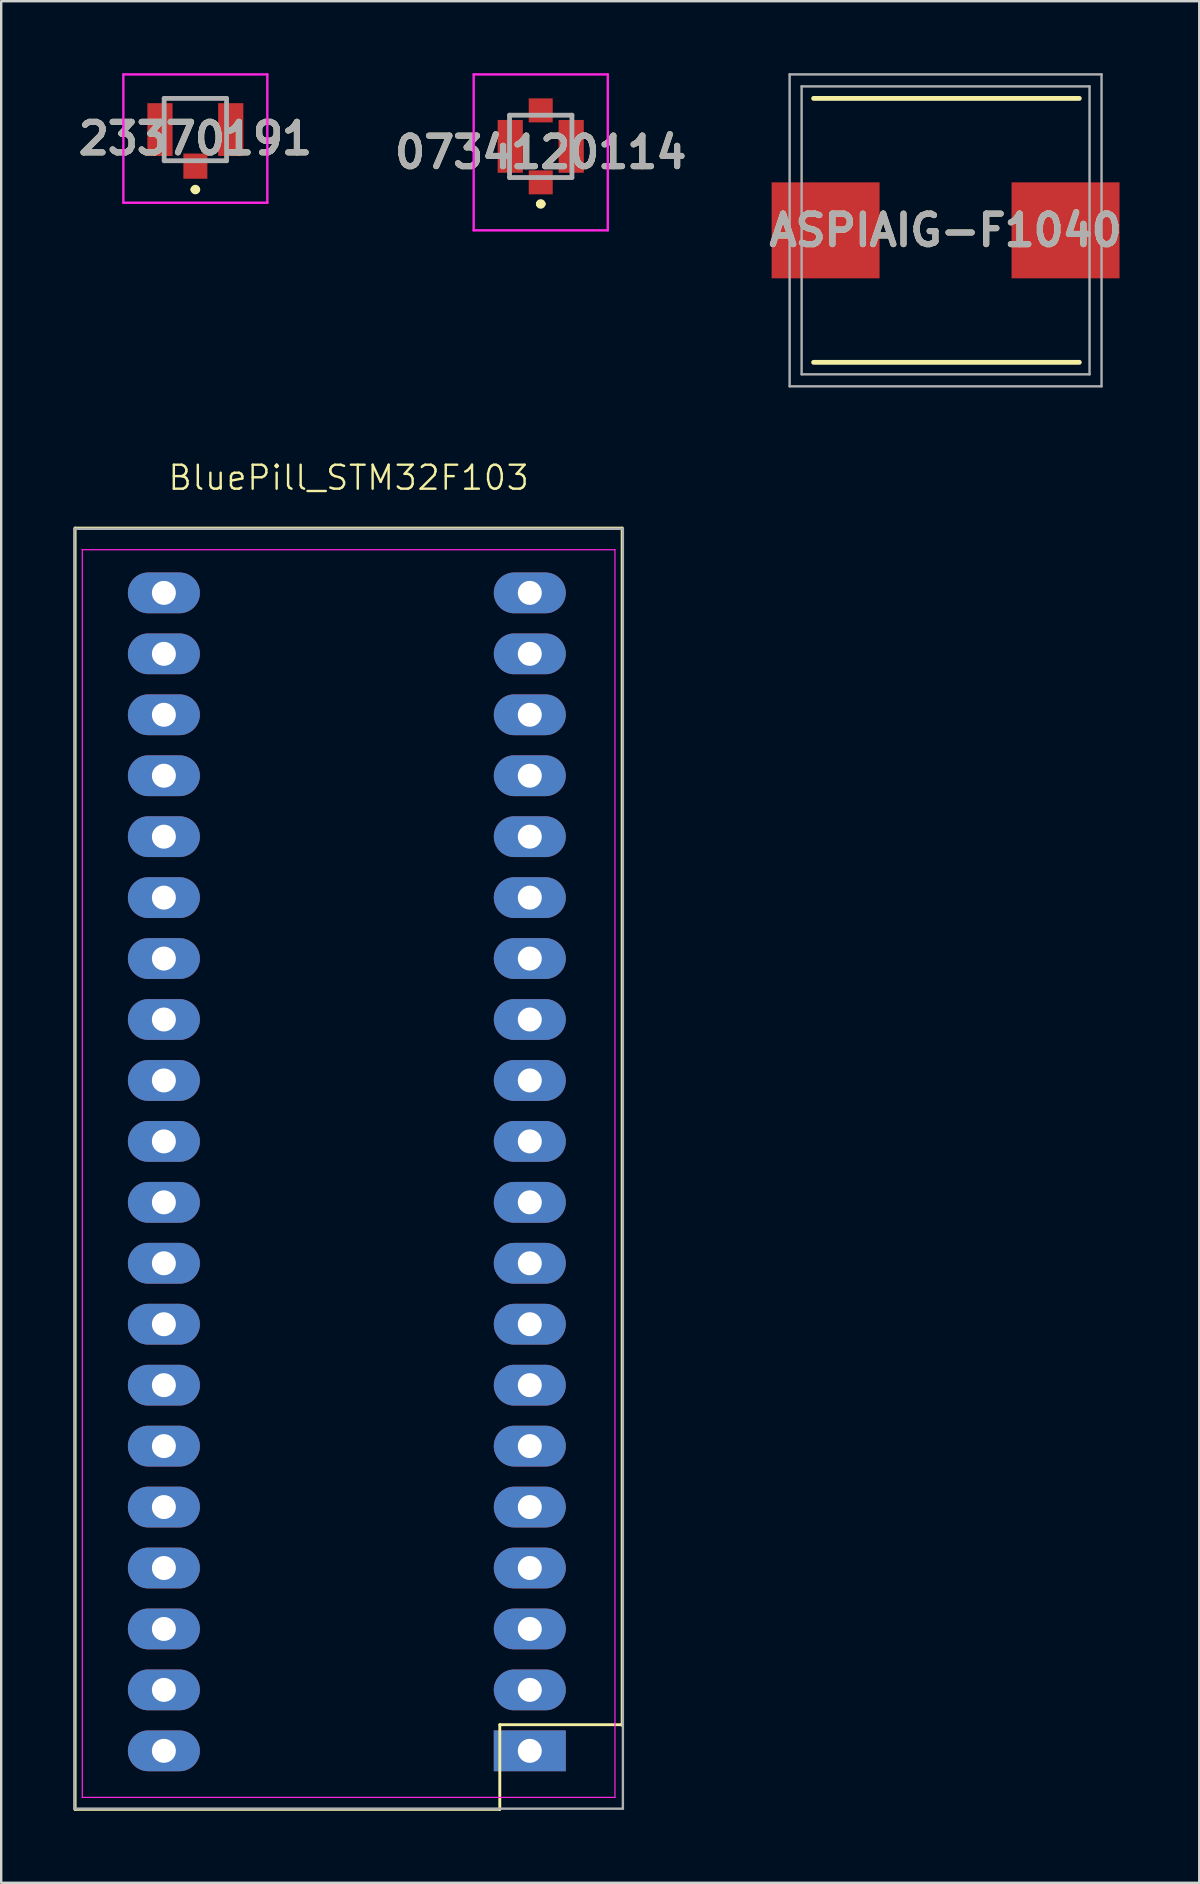
<source format=kicad_pcb>
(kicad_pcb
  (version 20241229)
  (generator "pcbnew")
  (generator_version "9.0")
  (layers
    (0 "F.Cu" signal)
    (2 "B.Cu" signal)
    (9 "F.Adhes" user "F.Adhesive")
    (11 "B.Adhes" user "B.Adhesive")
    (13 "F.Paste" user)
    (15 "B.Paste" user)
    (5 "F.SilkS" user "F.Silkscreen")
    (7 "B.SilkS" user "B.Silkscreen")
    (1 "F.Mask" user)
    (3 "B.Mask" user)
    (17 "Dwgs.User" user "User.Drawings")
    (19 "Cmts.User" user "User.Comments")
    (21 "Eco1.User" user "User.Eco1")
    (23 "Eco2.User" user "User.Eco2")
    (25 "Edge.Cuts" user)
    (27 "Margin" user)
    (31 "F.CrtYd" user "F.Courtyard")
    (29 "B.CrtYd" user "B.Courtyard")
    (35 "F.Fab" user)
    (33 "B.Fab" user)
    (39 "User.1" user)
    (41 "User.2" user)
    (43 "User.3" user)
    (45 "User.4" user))
  (footprint "0734120114"
    (layer "F.Cu")
    (at 19.486 3.05)
    (property "Reference" "0734120114" (at 0 0.25 0) (layer "F.SilkS") (effects (font (size 1.27 1.27) (thickness 0.254))))
    (attr smd)
    (fp_line (start -1.3 -1.3) (end -0.8 -1.3) (stroke (width 0.1) (type solid)) (layer "F.SilkS"))
    (fp_line (start -1.3 1.3) (end -0.8 1.3) (stroke (width 0.1) (type solid)) (layer "F.SilkS"))
    (fp_line (start -0.1 2.4) (end -0.1 2.4) (stroke (width 0.2) (type solid)) (layer "F.SilkS"))
    (fp_line (start 0.1 2.4) (end 0.1 2.4) (stroke (width 0.2) (type solid)) (layer "F.SilkS"))
    (fp_line (start 0.6 1.3) (end 1.27 1.3) (stroke (width 0.1) (type solid)) (layer "F.SilkS"))
    (fp_line (start 0.8 -1.3) (end 1.3 -1.3) (stroke (width 0.1) (type solid)) (layer "F.SilkS"))
    (fp_arc (start -0.1 2.4) (mid 0 2.3) (end 0.1 2.4) (stroke (width 0.2) (type solid)) (layer "F.SilkS"))
    (fp_arc (start 0.1 2.4) (mid 0 2.5) (end -0.1 2.4) (stroke (width 0.2) (type solid)) (layer "F.SilkS"))
    (fp_line (start -2.795 -3) (end 2.795 -3) (stroke (width 0.1) (type solid)) (layer "F.CrtYd"))
    (fp_line (start -2.795 3.5) (end -2.795 -3) (stroke (width 0.1) (type solid)) (layer "F.CrtYd"))
    (fp_line (start 2.795 -3) (end 2.795 3.5) (stroke (width 0.1) (type solid)) (layer "F.CrtYd"))
    (fp_line (start 2.795 3.5) (end -2.795 3.5) (stroke (width 0.1) (type solid)) (layer "F.CrtYd"))
    (fp_line (start -1.3 -1.3) (end 1.3 -1.3) (stroke (width 0.2) (type solid)) (layer "F.Fab"))
    (fp_line (start -1.3 1.3) (end -1.3 -1.3) (stroke (width 0.2) (type solid)) (layer "F.Fab"))
    (fp_line (start 1.3 -1.3) (end 1.3 1.3) (stroke (width 0.2) (type solid)) (layer "F.Fab"))
    (fp_line (start 1.3 1.3) (end -1.3 1.3) (stroke (width 0.2) (type solid)) (layer "F.Fab"))
    (fp_text user "${REFERENCE}" (at 0 0.25 0) (layer "F.Fab") (effects (font (size 1.27 1.27) (thickness 0.254))))
    (pad "1" smd rect (at 0 1.5) (size 1 1) (layers "F.Cu" "F.Mask" "F.Paste"))
    (pad "2" smd rect (at 1.27 0) (size 1.05 2.2) (layers "F.Cu" "F.Mask" "F.Paste"))
    (pad "3" smd rect (at 0 -1.5) (size 1 1) (layers "F.Cu" "F.Mask" "F.Paste"))
    (pad "4" smd rect (at -1.27 0) (size 1.05 2.2) (layers "F.Cu" "F.Mask" "F.Paste")))
  (footprint "BluePill_STM32F103"
    (layer "F.Cu")
    (at 11.48 45.66)
    (property "Reference" "BluePill_STM32F103" (at 0 -28.8 0) (layer "F.SilkS") (effects (font (size 1 1) (thickness 0.1))))
    (attr through_hole)
    (fp_line (start -11.4 -26.7) (end -11.4 26.7) (stroke (width 0.12) (type solid)) (layer "F.SilkS"))
    (fp_line (start -11.4 -26.7) (end 11.4 -26.7) (stroke (width 0.12) (type solid)) (layer "F.SilkS"))
    (fp_line (start -11.4 26.7) (end 6.3 26.7) (stroke (width 0.12) (type solid)) (layer "F.SilkS"))
    (fp_line (start 6.3 23.17) (end 11.4 23.17) (stroke (width 0.12) (type solid)) (layer "F.SilkS"))
    (fp_line (start 6.3 26.7) (end 6.3 23.17) (stroke (width 0.12) (type solid)) (layer "F.SilkS"))
    (fp_line (start 11.4 -26.7) (end 11.4 23.2) (stroke (width 0.12) (type solid)) (layer "F.SilkS"))
    (fp_line (start -11.1 -25.8) (end -11.1 26.2) (stroke (width 0.05) (type solid)) (layer "F.CrtYd"))
    (fp_line (start -11.1 26.2) (end 11.1 26.2) (stroke (width 0.05) (type solid)) (layer "F.CrtYd"))
    (fp_line (start 11.1 -25.8) (end -11.1 -25.8) (stroke (width 0.05) (type solid)) (layer "F.CrtYd"))
    (fp_line (start 11.1 26.2) (end 11.1 -25.8) (stroke (width 0.05) (type solid)) (layer "F.CrtYd"))
    (fp_line (start -11.43 -26.67) (end 11.43 -26.67) (stroke (width 0.1) (type solid)) (layer "F.Fab"))
    (fp_line (start -11.43 26.67) (end -11.43 -26.67) (stroke (width 0.1) (type solid)) (layer "F.Fab"))
    (fp_line (start -11.43 26.67) (end 11.43 26.67) (stroke (width 0.1) (type solid)) (layer "F.Fab"))
    (fp_line (start 11.43 -26.67) (end 11.43 26.67) (stroke (width 0.1) (type solid)) (layer "F.Fab"))
    (pad "1" thru_hole rect (at 7.55 24.26) (size 3 1.7) (drill 1) (layers "*.Cu" "*.Mask"))
    (pad "2" thru_hole oval (at 7.55 21.72) (size 3 1.7) (drill 1) (layers "*.Cu" "*.Mask"))
    (pad "3" thru_hole oval (at 7.55 19.18) (size 3 1.7) (drill 1) (layers "*.Cu" "*.Mask"))
    (pad "4" thru_hole oval (at 7.55 16.64) (size 3 1.7) (drill 1) (layers "*.Cu" "*.Mask"))
    (pad "5" thru_hole oval (at -7.7 19.18) (size 3 1.7) (drill 1) (layers "*.Cu" "*.Mask"))
    (pad "6" thru_hole oval (at 7.55 -18.92) (size 3 1.7) (drill 1) (layers "*.Cu" "*.Mask"))
    (pad "7" thru_hole oval (at 7.55 -16.38) (size 3 1.7) (drill 1) (layers "*.Cu" "*.Mask"))
    (pad "8" thru_hole oval (at -7.7 24.26) (size 3 1.7) (drill 1) (layers "*.Cu" "*.Mask"))
    (pad "9" thru_hole oval (at -7.7 21.72) (size 3 1.7) (drill 1) (layers "*.Cu" "*.Mask"))
    (pad "10" thru_hole oval (at 7.55 14.1) (size 3 1.7) (drill 1) (layers "*.Cu" "*.Mask"))
    (pad "11" thru_hole oval (at 7.55 11.56) (size 3 1.7) (drill 1) (layers "*.Cu" "*.Mask"))
    (pad "12" thru_hole oval (at 7.55 9.02) (size 3 1.7) (drill 1) (layers "*.Cu" "*.Mask"))
    (pad "13" thru_hole oval (at 7.55 6.48) (size 3 1.7) (drill 1) (layers "*.Cu" "*.Mask"))
    (pad "14" thru_hole oval (at 7.55 3.94) (size 3 1.7) (drill 1) (layers "*.Cu" "*.Mask"))
    (pad "15" thru_hole oval (at 7.55 1.4) (size 3 1.7) (drill 1) (layers "*.Cu" "*.Mask"))
    (pad "16" thru_hole oval (at 7.55 -1.14) (size 3 1.7) (drill 1) (layers "*.Cu" "*.Mask"))
    (pad "17" thru_hole oval (at 7.55 -3.68) (size 3 1.7) (drill 1) (layers "*.Cu" "*.Mask"))
    (pad "18" thru_hole oval (at 7.55 -6.22) (size 3 1.7) (drill 1) (layers "*.Cu" "*.Mask"))
    (pad "19" thru_hole oval (at 7.55 -8.76) (size 3 1.7) (drill 1) (layers "*.Cu" "*.Mask"))
    (pad "21" thru_hole oval (at 7.55 -11.3) (size 3 1.7) (drill 1) (layers "*.Cu" "*.Mask"))
    (pad "22" thru_hole oval (at 7.55 -13.84) (size 3 1.7) (drill 1) (layers "*.Cu" "*.Mask"))
    (pad "23" thru_hole oval (at 7.55 -21.46) (size 3 1.7) (drill 1) (layers "*.Cu" "*.Mask"))
    (pad "24" thru_hole oval (at 7.55 -24) (size 3 1.7) (drill 1) (layers "*.Cu" "*.Mask"))
    (pad "25" thru_hole oval (at -7.7 -24) (size 3 1.7) (drill 1) (layers "*.Cu" "*.Mask"))
    (pad "26" thru_hole oval (at -7.7 -21.46) (size 3 1.7) (drill 1) (layers "*.Cu" "*.Mask"))
    (pad "27" thru_hole oval (at -7.7 -18.92) (size 3 1.7) (drill 1) (layers "*.Cu" "*.Mask"))
    (pad "28" thru_hole oval (at -7.7 -16.38) (size 3 1.7) (drill 1) (layers "*.Cu" "*.Mask"))
    (pad "29" thru_hole oval (at -7.7 -13.84) (size 3 1.7) (drill 1) (layers "*.Cu" "*.Mask"))
    (pad "30" thru_hole oval (at -7.7 -11.3) (size 3 1.7) (drill 1) (layers "*.Cu" "*.Mask"))
    (pad "31" thru_hole oval (at -7.7 -8.76) (size 3 1.7) (drill 1) (layers "*.Cu" "*.Mask"))
    (pad "32" thru_hole oval (at -7.7 -6.22) (size 3 1.7) (drill 1) (layers "*.Cu" "*.Mask"))
    (pad "33" thru_hole oval (at -7.7 -3.68) (size 3 1.7) (drill 1) (layers "*.Cu" "*.Mask"))
    (pad "38" thru_hole oval (at -7.7 -1.14) (size 3 1.7) (drill 1) (layers "*.Cu" "*.Mask"))
    (pad "39" thru_hole oval (at -7.7 1.4) (size 3 1.7) (drill 1) (layers "*.Cu" "*.Mask"))
    (pad "40" thru_hole oval (at -7.7 3.94) (size 3 1.7) (drill 1) (layers "*.Cu" "*.Mask"))
    (pad "41" thru_hole oval (at -7.7 6.48) (size 3 1.7) (drill 1) (layers "*.Cu" "*.Mask"))
    (pad "42" thru_hole oval (at -7.7 9.02) (size 3 1.7) (drill 1) (layers "*.Cu" "*.Mask"))
    (pad "43" thru_hole oval (at -7.7 11.56) (size 3 1.7) (drill 1) (layers "*.Cu" "*.Mask"))
    (pad "45" thru_hole oval (at -7.7 14.1) (size 3 1.7) (drill 1) (layers "*.Cu" "*.Mask"))
    (pad "46" thru_hole oval (at -7.7 16.64) (size 3 1.7) (drill 1) (layers "*.Cu" "*.Mask")))
  (footprint "ASPIAIG-F1040"
    (layer "F.Cu")
    (at 36.359 6.55)
    (property "Reference" "ASPIAIG-F1040" (at 0 0 0) (layer "F.SilkS") (effects (font (size 1.27 1.27) (thickness 0.254))))
    (attr smd)
    (fp_line (start 5.575 -5.5) (end -5.5 -5.5) (stroke (width 0.2) (type solid)) (layer "F.SilkS"))
    (fp_line (start 5.575 5.5) (end -5.5 5.5) (stroke (width 0.2) (type solid)) (layer "F.SilkS"))
    (fp_line (start -6.5 -6.5) (end 6.5 -6.5) (stroke (width 0.1) (type solid)) (layer "F.Fab"))
    (fp_line (start -6.5 6.5) (end -6.5 -6.5) (stroke (width 0.1) (type solid)) (layer "F.Fab"))
    (fp_line (start -6 -6) (end -6 6) (stroke (width 0.1) (type solid)) (layer "F.Fab"))
    (fp_line (start -6 -6) (end 6 -6) (stroke (width 0.1) (type solid)) (layer "F.Fab"))
    (fp_line (start 6 -6) (end 6 6) (stroke (width 0.1) (type solid)) (layer "F.Fab"))
    (fp_line (start 6 6) (end -6 6) (stroke (width 0.1) (type solid)) (layer "F.Fab"))
    (fp_line (start 6.5 -6.5) (end 6.5 6.5) (stroke (width 0.1) (type solid)) (layer "F.Fab"))
    (fp_line (start 6.5 6.5) (end -6.5 6.5) (stroke (width 0.1) (type solid)) (layer "F.Fab"))
    (fp_text user "${REFERENCE}" (at 0 0 0) (layer "F.Fab") (effects (font (size 1.27 1.27) (thickness 0.254))))
    (pad "1" smd rect (at -5 0) (size 4.5 4) (layers "F.Cu" "F.Mask" "F.Paste"))
    (pad "2" smd rect (at 5 0) (size 4.5 4) (layers "F.Cu" "F.Mask" "F.Paste")))
  (footprint "23370191"
    (layer "F.Cu")
    (at 5.092 2.35)
    (property "Reference" "23370191" (at 0 0.375 0) (layer "F.SilkS") (effects (font (size 1.27 1.27) (thickness 0.254))))
    (attr smd)
    (fp_line (start -1.3 -1.3) (end 1.3 -1.3) (stroke (width 0.1) (type solid)) (layer "F.SilkS"))
    (fp_line (start -0.1 2.5) (end -0.1 2.5) (stroke (width 0.2) (type solid)) (layer "F.SilkS"))
    (fp_line (start 0.1 2.5) (end 0.1 2.5) (stroke (width 0.2) (type solid)) (layer "F.SilkS"))
    (fp_arc (start -0.1 2.5) (mid 0 2.4) (end 0.1 2.5) (stroke (width 0.2) (type solid)) (layer "F.SilkS"))
    (fp_arc (start 0.1 2.5) (mid 0 2.6) (end -0.1 2.5) (stroke (width 0.2) (type solid)) (layer "F.SilkS"))
    (fp_line (start -3 -2.3) (end 3 -2.3) (stroke (width 0.1) (type solid)) (layer "F.CrtYd"))
    (fp_line (start -3 3.05) (end -3 -2.3) (stroke (width 0.1) (type solid)) (layer "F.CrtYd"))
    (fp_line (start 3 -2.3) (end 3 3.05) (stroke (width 0.1) (type solid)) (layer "F.CrtYd"))
    (fp_line (start 3 3.05) (end -3 3.05) (stroke (width 0.1) (type solid)) (layer "F.CrtYd"))
    (fp_line (start -1.3 -1.3) (end 1.3 -1.3) (stroke (width 0.2) (type solid)) (layer "F.Fab"))
    (fp_line (start -1.3 1.3) (end -1.3 -1.3) (stroke (width 0.2) (type solid)) (layer "F.Fab"))
    (fp_line (start 1.3 -1.3) (end 1.3 1.3) (stroke (width 0.2) (type solid)) (layer "F.Fab"))
    (fp_line (start 1.3 1.3) (end -1.3 1.3) (stroke (width 0.2) (type solid)) (layer "F.Fab"))
    (fp_text user "${REFERENCE}" (at 0 0.375 0) (layer "F.Fab") (effects (font (size 1.27 1.27) (thickness 0.254))))
    (pad "1" smd rect (at 0 1.525) (size 1 1.05) (layers "F.Cu" "F.Mask" "F.Paste"))
    (pad "2" smd rect (at -1.475 0) (size 1.05 2.2) (layers "F.Cu" "F.Mask" "F.Paste"))
    (pad "2" smd rect (at 1.475 0) (size 1.05 2.2) (layers "F.Cu" "F.Mask" "F.Paste")))
  (gr_rect
    (start -3 -3)
    (end 46.931 75.421)
    (stroke (width 0.1) (type default))
    (fill no)
    (layer "Edge.Cuts")))
</source>
